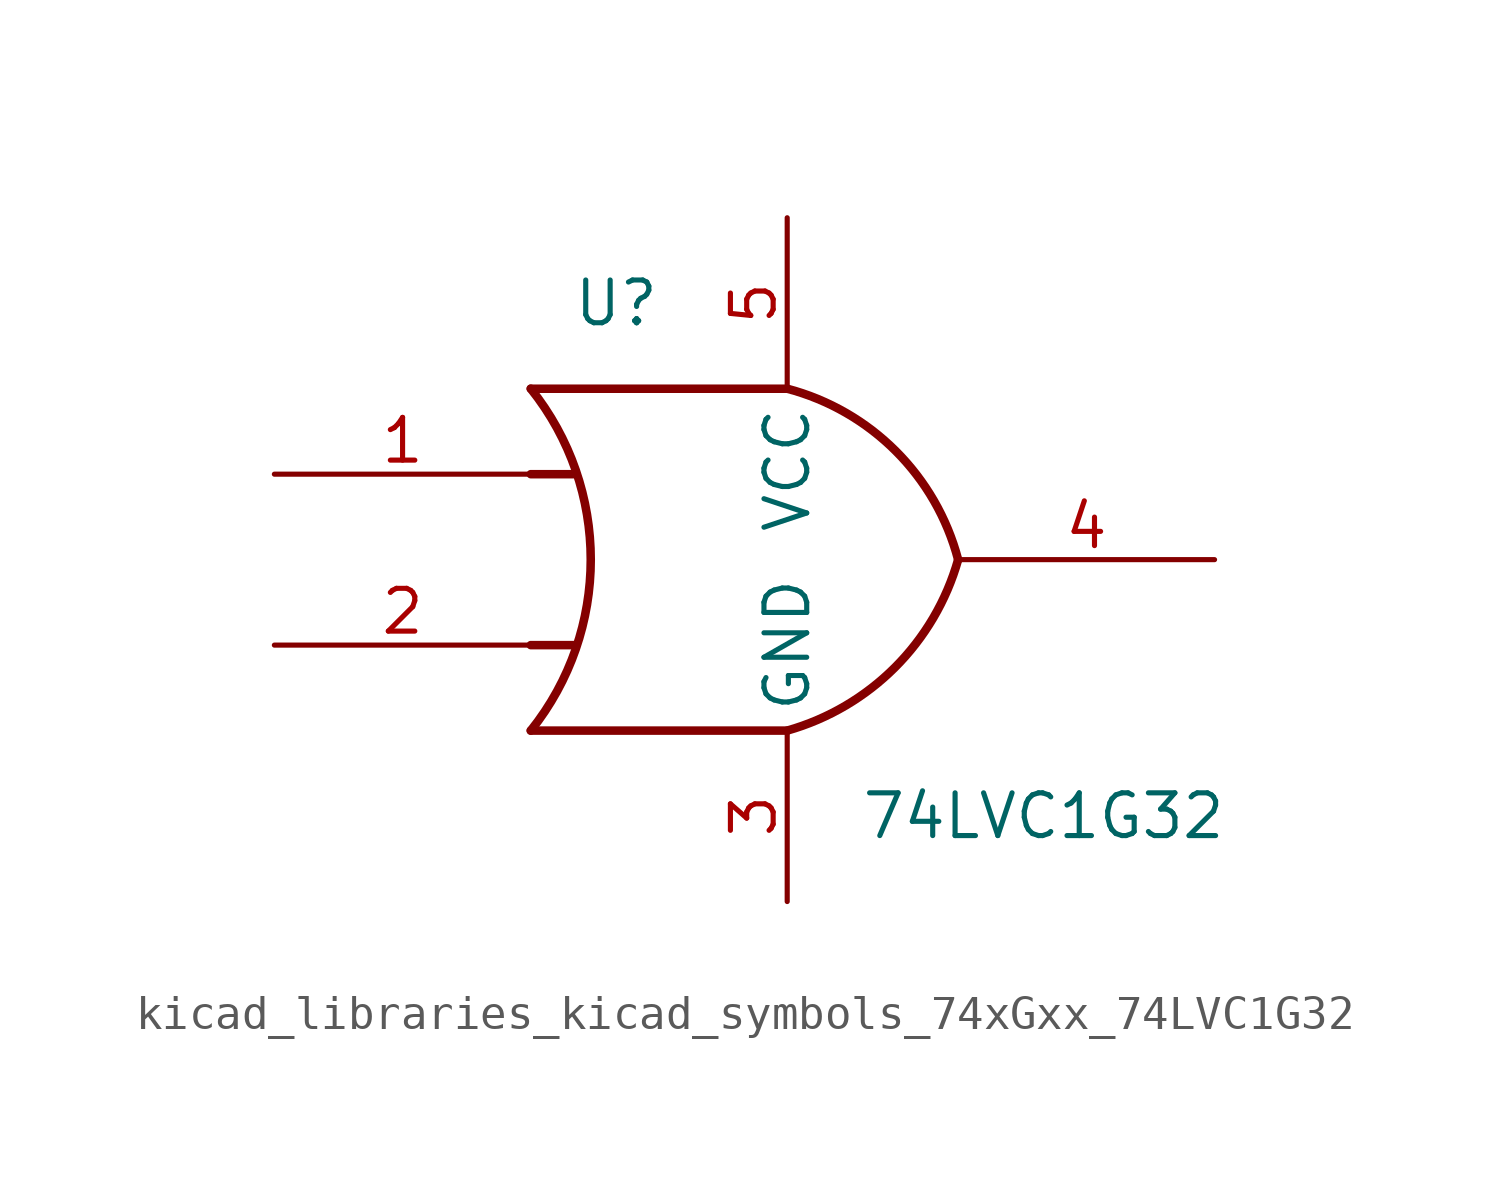
<source format=kicad_sym>
(kicad_symbol_lib
  (version 20220914)
  (generator kicad_symbol_editor)
  (symbol "kicad_libraries_kicad_symbols_74xGxx_74LVC1G32"
    (property "Reference" "U"
      (at -5.08 7.62 0)
      (effects (font (size 1.27 1.27))))
    (property "Value" "74LVC1G32"
      (at 7.62 -7.62 0)
      (effects (font (size 1.27 1.27))))
    (symbol "kicad_libraries_kicad_symbols_74xGxx_74LVC1G32_0_1"
      (arc (start -7.62 -5.08) (mid -5.838 0) (end -7.62 5.08) (stroke (width 0.254) (type default)) (fill (type none)))
      (arc (start 0 -5.08) (mid 3.1986 -3.2054) (end 5.08 0) (stroke (width 0.254) (type default)) (fill (type none)))
      (polyline (pts (xy -7.62 -2.54) (xy -6.35 -2.54)) (stroke (width 0.254) (type default)) (fill (type background)))
      (polyline (pts (xy -7.62 2.54) (xy -6.35 2.54)) (stroke (width 0.254) (type default)) (fill (type background)))
      (polyline (pts (xy 0 -5.08) (xy -7.62 -5.08)) (stroke (width 0.254) (type default)) (fill (type background)))
      (polyline (pts (xy 0 5.08) (xy -7.62 5.08)) (stroke (width 0.254) (type default)) (fill (type background)))
      (arc (start 5.08 0) (mid 3.2238 3.2304) (end 0 5.08) (stroke (width 0.254) (type default)) (fill (type none))))
    (symbol "kicad_libraries_kicad_symbols_74xGxx_74LVC1G32_1_1"
      (pin input line (at -15.24 2.54 0) (length 7.62) (name "~" (effects (font (size 1.27 1.27)))) (number "1" (effects (font (size 1.27 1.27)))))
      (pin input line (at -15.24 -2.54 0) (length 7.62) (name "~" (effects (font (size 1.27 1.27)))) (number "2" (effects (font (size 1.27 1.27)))))
      (pin power_in line (at 0 -10.16 90) (length 5.08) (name "GND" (effects (font (size 1.27 1.27)))) (number "3" (effects (font (size 1.27 1.27)))))
      (pin output line (at 12.7 0 180) (length 7.62) (name "~" (effects (font (size 1.27 1.27)))) (number "4" (effects (font (size 1.27 1.27)))))
      (pin power_in line (at 0 10.16 270) (length 5.08) (name "VCC" (effects (font (size 1.27 1.27)))) (number "5" (effects (font (size 1.27 1.27))))))))
</source>
